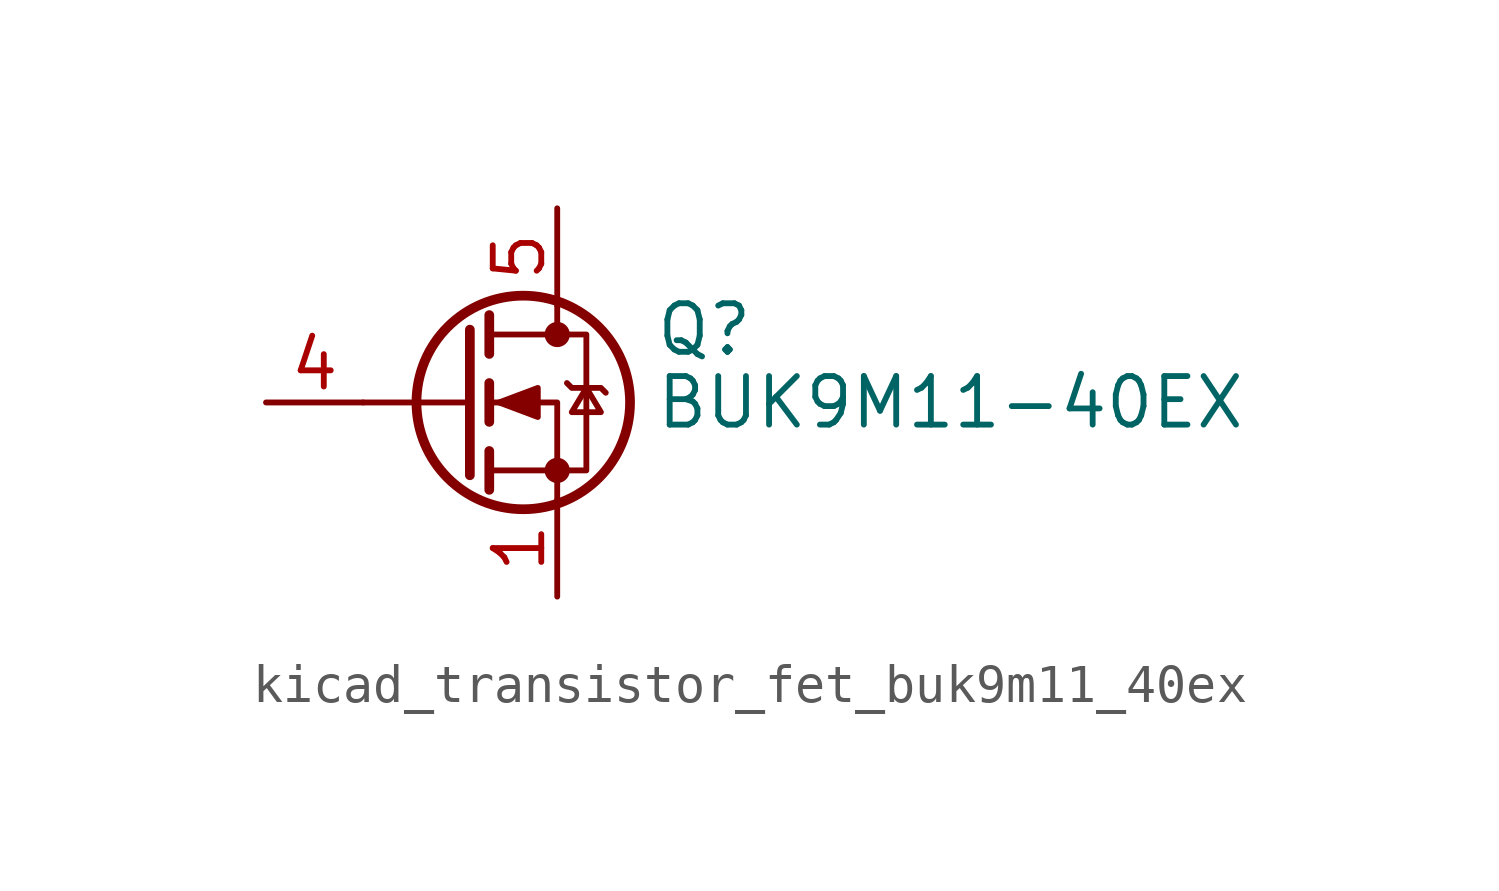
<source format=kicad_sym>
(kicad_symbol_lib
  (version 20220914)
  (generator kicad_symbol_editor)
  (symbol "kicad_transistor_fet_buk9m11_40ex"
    (pin_names hide)
    (property "Reference" "Q"
      (at 5.08 1.905 0)
      (effects (font (size 1.27 1.27)) (justify left)))
    (property "Value" "BUK9M11-40EX"
      (at 5.08 0 0)
      (effects (font (size 1.27 1.27)) (justify left)))
    (symbol "kicad_transistor_fet_buk9m11_40ex_0_1"
      (polyline (pts (xy 0.254 0) (xy -2.54 0)) (stroke (width 0) (type default)) (fill (type none)))
      (polyline (pts (xy 0.254 1.905) (xy 0.254 -1.905)) (stroke (width 0.254) (type default)) (fill (type none)))
      (polyline (pts (xy 0.762 -1.27) (xy 0.762 -2.286)) (stroke (width 0.254) (type default)) (fill (type none)))
      (polyline (pts (xy 0.762 0.508) (xy 0.762 -0.508)) (stroke (width 0.254) (type default)) (fill (type none)))
      (polyline (pts (xy 0.762 2.286) (xy 0.762 1.27)) (stroke (width 0.254) (type default)) (fill (type none)))
      (polyline (pts (xy 2.54 2.54) (xy 2.54 1.778)) (stroke (width 0) (type default)) (fill (type none)))
      (polyline (pts (xy 2.54 -2.54) (xy 2.54 0) (xy 0.762 0)) (stroke (width 0) (type default)) (fill (type none)))
      (polyline (pts (xy 0.762 -1.778) (xy 3.302 -1.778) (xy 3.302 1.778) (xy 0.762 1.778)) (stroke (width 0) (type default)) (fill (type none)))
      (polyline (pts (xy 1.016 0) (xy 2.032 0.381) (xy 2.032 -0.381) (xy 1.016 0)) (stroke (width 0) (type default)) (fill (type outline)))
      (polyline (pts (xy 2.794 0.508) (xy 2.921 0.381) (xy 3.683 0.381) (xy 3.81 0.254)) (stroke (width 0) (type default)) (fill (type none)))
      (polyline (pts (xy 3.302 0.381) (xy 2.921 -0.254) (xy 3.683 -0.254) (xy 3.302 0.381)) (stroke (width 0) (type default)) (fill (type none)))
      (circle (center 1.651 0) (radius 2.794) (stroke (width 0.254) (type default)) (fill (type none)))
      (circle (center 2.54 -1.778) (radius 0.254) (stroke (width 0) (type default)) (fill (type outline)))
      (circle (center 2.54 1.778) (radius 0.254) (stroke (width 0) (type default)) (fill (type outline))))
    (symbol "kicad_transistor_fet_buk9m11_40ex_1_1"
      (pin passive line (at 2.54 -5.08 90) (length 2.54) (name "S" (effects (font (size 1.27 1.27)))) (number "1" (effects (font (size 1.27 1.27)))))
      (pin passive line (at 2.54 -5.08 90) (length 2.54) hide (name "S" (effects (font (size 1.27 1.27)))) (number "2" (effects (font (size 1.27 1.27)))))
      (pin passive line (at 2.54 -5.08 90) (length 2.54) hide (name "S" (effects (font (size 1.27 1.27)))) (number "3" (effects (font (size 1.27 1.27)))))
      (pin passive line (at -5.08 0 0) (length 2.54) (name "G" (effects (font (size 1.27 1.27)))) (number "4" (effects (font (size 1.27 1.27)))))
      (pin passive line (at 2.54 5.08 270) (length 2.54) (name "D" (effects (font (size 1.27 1.27)))) (number "5" (effects (font (size 1.27 1.27))))))))
</source>
